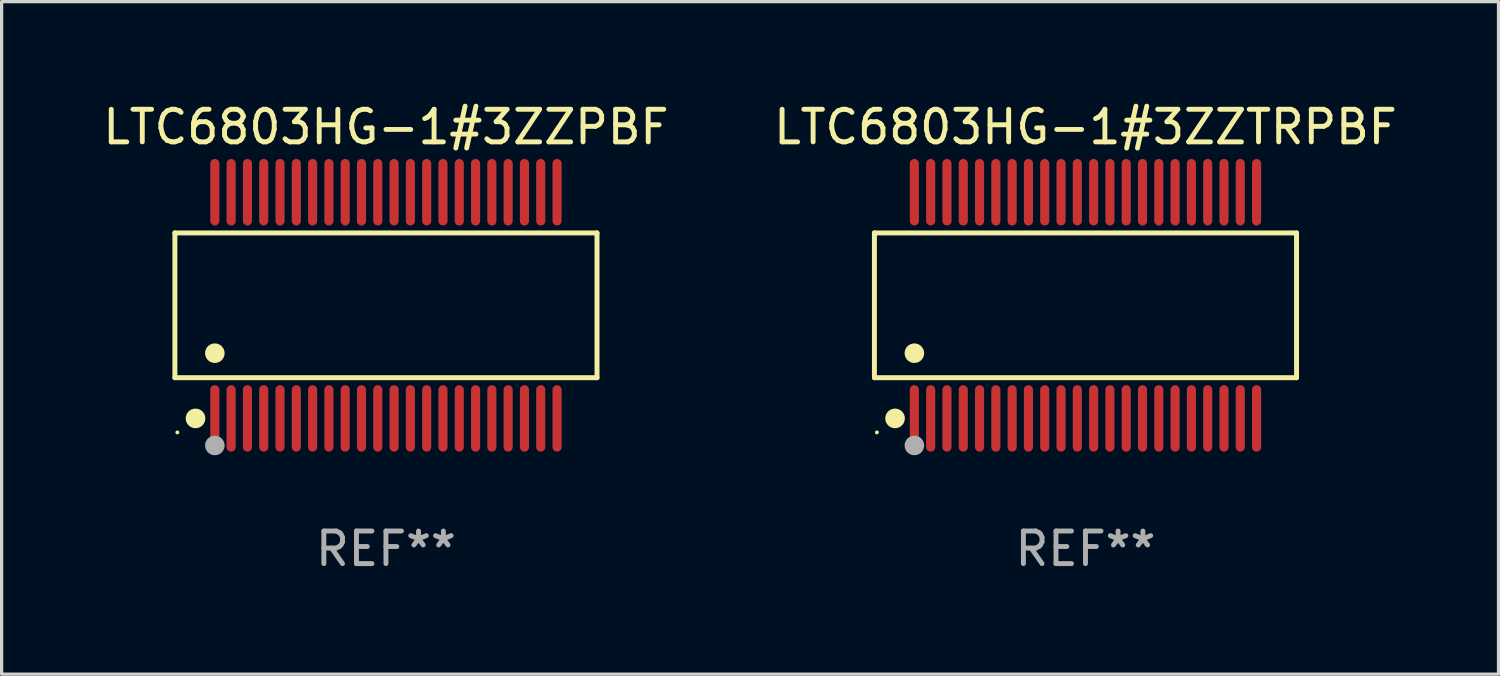
<source format=kicad_pcb>
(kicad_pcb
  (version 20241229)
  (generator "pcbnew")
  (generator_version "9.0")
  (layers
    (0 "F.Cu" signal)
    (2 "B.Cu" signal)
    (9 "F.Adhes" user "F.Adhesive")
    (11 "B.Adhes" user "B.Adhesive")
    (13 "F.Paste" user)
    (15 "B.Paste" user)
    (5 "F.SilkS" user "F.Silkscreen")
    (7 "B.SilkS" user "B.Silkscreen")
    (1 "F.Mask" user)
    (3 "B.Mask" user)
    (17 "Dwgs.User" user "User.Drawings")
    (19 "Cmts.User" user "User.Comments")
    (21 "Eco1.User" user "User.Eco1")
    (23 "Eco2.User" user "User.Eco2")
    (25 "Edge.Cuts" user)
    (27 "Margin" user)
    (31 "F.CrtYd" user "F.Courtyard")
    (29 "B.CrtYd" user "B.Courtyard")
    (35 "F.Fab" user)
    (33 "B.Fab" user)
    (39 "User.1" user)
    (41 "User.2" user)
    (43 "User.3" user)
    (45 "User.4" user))
  (footprint "LTC6803HG-1#3ZZTRPBF"
    (layer "F.Cu")
    (at 30.256 6.318)
    (property "Reference" "LTC6803HG-1#3ZZTRPBF" (at 0 -5.47 0) (layer "F.SilkS") (effects (font (size 1 1) (thickness 0.15))))
    (attr through_hole)
    (fp_line (start -6.476 -2.221) (end 6.476 -2.221) (stroke (width 0.152) (type solid)) (layer "F.SilkS"))
    (fp_line (start -6.476 2.221) (end -6.476 -2.221) (stroke (width 0.152) (type solid)) (layer "F.SilkS"))
    (fp_line (start 6.476 -2.221) (end 6.476 2.221) (stroke (width 0.152) (type solid)) (layer "F.SilkS"))
    (fp_line (start 6.476 2.221) (end -6.476 2.221) (stroke (width 0.152) (type solid)) (layer "F.SilkS"))
    (fp_circle (center -6.4 3.9) (end -6.37 3.9) (stroke (width 0.06) (type solid)) (fill no) (layer "F.SilkS"))
    (fp_circle (center -5.843 3.47) (end -5.692 3.47) (stroke (width 0.3) (type solid)) (fill no) (layer "F.SilkS"))
    (fp_circle (center -5.25 1.469) (end -5.1 1.469) (stroke (width 0.3) (type solid)) (fill no) (layer "F.SilkS"))
    (fp_circle (center -5.25 4.3) (end -5.1 4.3) (stroke (width 0.3) (type solid)) (fill no) (layer "F.Fab"))
    (fp_text user "REF**" (at 0 7.47 0) (layer "F.Fab") (effects (font (size 1 1) (thickness 0.15))))
    (pad "1" smd oval (at -5.25 3.47) (size 0.28 2.04) (layers "F.Cu" "F.Mask" "F.Paste"))
    (pad "2" smd oval (at -4.75 3.47) (size 0.28 2.04) (layers "F.Cu" "F.Mask" "F.Paste"))
    (pad "3" smd oval (at -4.25 3.47) (size 0.28 2.04) (layers "F.Cu" "F.Mask" "F.Paste"))
    (pad "4" smd oval (at -3.75 3.47) (size 0.28 2.04) (layers "F.Cu" "F.Mask" "F.Paste"))
    (pad "5" smd oval (at -3.25 3.47) (size 0.28 2.04) (layers "F.Cu" "F.Mask" "F.Paste"))
    (pad "6" smd oval (at -2.75 3.47) (size 0.28 2.04) (layers "F.Cu" "F.Mask" "F.Paste"))
    (pad "7" smd oval (at -2.25 3.47) (size 0.28 2.04) (layers "F.Cu" "F.Mask" "F.Paste"))
    (pad "8" smd oval (at -1.75 3.47) (size 0.28 2.04) (layers "F.Cu" "F.Mask" "F.Paste"))
    (pad "9" smd oval (at -1.25 3.47) (size 0.28 2.04) (layers "F.Cu" "F.Mask" "F.Paste"))
    (pad "10" smd oval (at -0.75 3.47) (size 0.28 2.04) (layers "F.Cu" "F.Mask" "F.Paste"))
    (pad "11" smd oval (at -0.25 3.47) (size 0.28 2.04) (layers "F.Cu" "F.Mask" "F.Paste"))
    (pad "12" smd oval (at 0.25 3.47) (size 0.28 2.04) (layers "F.Cu" "F.Mask" "F.Paste"))
    (pad "13" smd oval (at 0.75 3.47) (size 0.28 2.04) (layers "F.Cu" "F.Mask" "F.Paste"))
    (pad "14" smd oval (at 1.25 3.47) (size 0.28 2.04) (layers "F.Cu" "F.Mask" "F.Paste"))
    (pad "15" smd oval (at 1.75 3.47) (size 0.28 2.04) (layers "F.Cu" "F.Mask" "F.Paste"))
    (pad "16" smd oval (at 2.25 3.47) (size 0.28 2.04) (layers "F.Cu" "F.Mask" "F.Paste"))
    (pad "17" smd oval (at 2.75 3.47) (size 0.28 2.04) (layers "F.Cu" "F.Mask" "F.Paste"))
    (pad "18" smd oval (at 3.25 3.47) (size 0.28 2.04) (layers "F.Cu" "F.Mask" "F.Paste"))
    (pad "19" smd oval (at 3.75 3.47) (size 0.28 2.04) (layers "F.Cu" "F.Mask" "F.Paste"))
    (pad "20" smd oval (at 4.25 3.47) (size 0.28 2.04) (layers "F.Cu" "F.Mask" "F.Paste"))
    (pad "21" smd oval (at 4.75 3.47) (size 0.28 2.04) (layers "F.Cu" "F.Mask" "F.Paste"))
    (pad "22" smd oval (at 5.25 3.47) (size 0.28 2.04) (layers "F.Cu" "F.Mask" "F.Paste"))
    (pad "23" smd oval (at 5.25 -3.47) (size 0.28 2.04) (layers "F.Cu" "F.Mask" "F.Paste"))
    (pad "24" smd oval (at 4.75 -3.47) (size 0.28 2.04) (layers "F.Cu" "F.Mask" "F.Paste"))
    (pad "25" smd oval (at 4.25 -3.47) (size 0.28 2.04) (layers "F.Cu" "F.Mask" "F.Paste"))
    (pad "26" smd oval (at 3.75 -3.47) (size 0.28 2.04) (layers "F.Cu" "F.Mask" "F.Paste"))
    (pad "27" smd oval (at 3.25 -3.47) (size 0.28 2.04) (layers "F.Cu" "F.Mask" "F.Paste"))
    (pad "28" smd oval (at 2.75 -3.47) (size 0.28 2.04) (layers "F.Cu" "F.Mask" "F.Paste"))
    (pad "29" smd oval (at 2.25 -3.47) (size 0.28 2.04) (layers "F.Cu" "F.Mask" "F.Paste"))
    (pad "30" smd oval (at 1.75 -3.47) (size 0.28 2.04) (layers "F.Cu" "F.Mask" "F.Paste"))
    (pad "31" smd oval (at 1.25 -3.47) (size 0.28 2.04) (layers "F.Cu" "F.Mask" "F.Paste"))
    (pad "32" smd oval (at 0.75 -3.47) (size 0.28 2.04) (layers "F.Cu" "F.Mask" "F.Paste"))
    (pad "33" smd oval (at 0.25 -3.47) (size 0.28 2.04) (layers "F.Cu" "F.Mask" "F.Paste"))
    (pad "34" smd oval (at -0.25 -3.47) (size 0.28 2.04) (layers "F.Cu" "F.Mask" "F.Paste"))
    (pad "35" smd oval (at -0.75 -3.47) (size 0.28 2.04) (layers "F.Cu" "F.Mask" "F.Paste"))
    (pad "36" smd oval (at -1.25 -3.47) (size 0.28 2.04) (layers "F.Cu" "F.Mask" "F.Paste"))
    (pad "37" smd oval (at -1.75 -3.47) (size 0.28 2.04) (layers "F.Cu" "F.Mask" "F.Paste"))
    (pad "38" smd oval (at -2.25 -3.47) (size 0.28 2.04) (layers "F.Cu" "F.Mask" "F.Paste"))
    (pad "39" smd oval (at -2.75 -3.47) (size 0.28 2.04) (layers "F.Cu" "F.Mask" "F.Paste"))
    (pad "40" smd oval (at -3.25 -3.47) (size 0.28 2.04) (layers "F.Cu" "F.Mask" "F.Paste"))
    (pad "41" smd oval (at -3.75 -3.47) (size 0.28 2.04) (layers "F.Cu" "F.Mask" "F.Paste"))
    (pad "42" smd oval (at -4.25 -3.47) (size 0.28 2.04) (layers "F.Cu" "F.Mask" "F.Paste"))
    (pad "43" smd oval (at -4.75 -3.47) (size 0.28 2.04) (layers "F.Cu" "F.Mask" "F.Paste"))
    (pad "44" smd oval (at -5.25 -3.47) (size 0.28 2.04) (layers "F.Cu" "F.Mask" "F.Paste")))
  (footprint "LTC6803HG-1#3ZZPBF"
    (layer "F.Cu")
    (at 8.792 6.318)
    (property "Reference" "LTC6803HG-1#3ZZPBF" (at 0 -5.47 0) (layer "F.SilkS") (effects (font (size 1 1) (thickness 0.15))))
    (attr through_hole)
    (fp_line (start -6.476 -2.221) (end 6.476 -2.221) (stroke (width 0.152) (type solid)) (layer "F.SilkS"))
    (fp_line (start -6.476 2.221) (end -6.476 -2.221) (stroke (width 0.152) (type solid)) (layer "F.SilkS"))
    (fp_line (start 6.476 -2.221) (end 6.476 2.221) (stroke (width 0.152) (type solid)) (layer "F.SilkS"))
    (fp_line (start 6.476 2.221) (end -6.476 2.221) (stroke (width 0.152) (type solid)) (layer "F.SilkS"))
    (fp_circle (center -6.4 3.9) (end -6.37 3.9) (stroke (width 0.06) (type solid)) (fill no) (layer "F.SilkS"))
    (fp_circle (center -5.843 3.47) (end -5.692 3.47) (stroke (width 0.3) (type solid)) (fill no) (layer "F.SilkS"))
    (fp_circle (center -5.25 1.469) (end -5.1 1.469) (stroke (width 0.3) (type solid)) (fill no) (layer "F.SilkS"))
    (fp_circle (center -5.25 4.3) (end -5.1 4.3) (stroke (width 0.3) (type solid)) (fill no) (layer "F.Fab"))
    (fp_text user "REF**" (at 0 7.47 0) (layer "F.Fab") (effects (font (size 1 1) (thickness 0.15))))
    (pad "1" smd oval (at -5.25 3.47) (size 0.28 2.04) (layers "F.Cu" "F.Mask" "F.Paste"))
    (pad "2" smd oval (at -4.75 3.47) (size 0.28 2.04) (layers "F.Cu" "F.Mask" "F.Paste"))
    (pad "3" smd oval (at -4.25 3.47) (size 0.28 2.04) (layers "F.Cu" "F.Mask" "F.Paste"))
    (pad "4" smd oval (at -3.75 3.47) (size 0.28 2.04) (layers "F.Cu" "F.Mask" "F.Paste"))
    (pad "5" smd oval (at -3.25 3.47) (size 0.28 2.04) (layers "F.Cu" "F.Mask" "F.Paste"))
    (pad "6" smd oval (at -2.75 3.47) (size 0.28 2.04) (layers "F.Cu" "F.Mask" "F.Paste"))
    (pad "7" smd oval (at -2.25 3.47) (size 0.28 2.04) (layers "F.Cu" "F.Mask" "F.Paste"))
    (pad "8" smd oval (at -1.75 3.47) (size 0.28 2.04) (layers "F.Cu" "F.Mask" "F.Paste"))
    (pad "9" smd oval (at -1.25 3.47) (size 0.28 2.04) (layers "F.Cu" "F.Mask" "F.Paste"))
    (pad "10" smd oval (at -0.75 3.47) (size 0.28 2.04) (layers "F.Cu" "F.Mask" "F.Paste"))
    (pad "11" smd oval (at -0.25 3.47) (size 0.28 2.04) (layers "F.Cu" "F.Mask" "F.Paste"))
    (pad "12" smd oval (at 0.25 3.47) (size 0.28 2.04) (layers "F.Cu" "F.Mask" "F.Paste"))
    (pad "13" smd oval (at 0.75 3.47) (size 0.28 2.04) (layers "F.Cu" "F.Mask" "F.Paste"))
    (pad "14" smd oval (at 1.25 3.47) (size 0.28 2.04) (layers "F.Cu" "F.Mask" "F.Paste"))
    (pad "15" smd oval (at 1.75 3.47) (size 0.28 2.04) (layers "F.Cu" "F.Mask" "F.Paste"))
    (pad "16" smd oval (at 2.25 3.47) (size 0.28 2.04) (layers "F.Cu" "F.Mask" "F.Paste"))
    (pad "17" smd oval (at 2.75 3.47) (size 0.28 2.04) (layers "F.Cu" "F.Mask" "F.Paste"))
    (pad "18" smd oval (at 3.25 3.47) (size 0.28 2.04) (layers "F.Cu" "F.Mask" "F.Paste"))
    (pad "19" smd oval (at 3.75 3.47) (size 0.28 2.04) (layers "F.Cu" "F.Mask" "F.Paste"))
    (pad "20" smd oval (at 4.25 3.47) (size 0.28 2.04) (layers "F.Cu" "F.Mask" "F.Paste"))
    (pad "21" smd oval (at 4.75 3.47) (size 0.28 2.04) (layers "F.Cu" "F.Mask" "F.Paste"))
    (pad "22" smd oval (at 5.25 3.47) (size 0.28 2.04) (layers "F.Cu" "F.Mask" "F.Paste"))
    (pad "23" smd oval (at 5.25 -3.47) (size 0.28 2.04) (layers "F.Cu" "F.Mask" "F.Paste"))
    (pad "24" smd oval (at 4.75 -3.47) (size 0.28 2.04) (layers "F.Cu" "F.Mask" "F.Paste"))
    (pad "25" smd oval (at 4.25 -3.47) (size 0.28 2.04) (layers "F.Cu" "F.Mask" "F.Paste"))
    (pad "26" smd oval (at 3.75 -3.47) (size 0.28 2.04) (layers "F.Cu" "F.Mask" "F.Paste"))
    (pad "27" smd oval (at 3.25 -3.47) (size 0.28 2.04) (layers "F.Cu" "F.Mask" "F.Paste"))
    (pad "28" smd oval (at 2.75 -3.47) (size 0.28 2.04) (layers "F.Cu" "F.Mask" "F.Paste"))
    (pad "29" smd oval (at 2.25 -3.47) (size 0.28 2.04) (layers "F.Cu" "F.Mask" "F.Paste"))
    (pad "30" smd oval (at 1.75 -3.47) (size 0.28 2.04) (layers "F.Cu" "F.Mask" "F.Paste"))
    (pad "31" smd oval (at 1.25 -3.47) (size 0.28 2.04) (layers "F.Cu" "F.Mask" "F.Paste"))
    (pad "32" smd oval (at 0.75 -3.47) (size 0.28 2.04) (layers "F.Cu" "F.Mask" "F.Paste"))
    (pad "33" smd oval (at 0.25 -3.47) (size 0.28 2.04) (layers "F.Cu" "F.Mask" "F.Paste"))
    (pad "34" smd oval (at -0.25 -3.47) (size 0.28 2.04) (layers "F.Cu" "F.Mask" "F.Paste"))
    (pad "35" smd oval (at -0.75 -3.47) (size 0.28 2.04) (layers "F.Cu" "F.Mask" "F.Paste"))
    (pad "36" smd oval (at -1.25 -3.47) (size 0.28 2.04) (layers "F.Cu" "F.Mask" "F.Paste"))
    (pad "37" smd oval (at -1.75 -3.47) (size 0.28 2.04) (layers "F.Cu" "F.Mask" "F.Paste"))
    (pad "38" smd oval (at -2.25 -3.47) (size 0.28 2.04) (layers "F.Cu" "F.Mask" "F.Paste"))
    (pad "39" smd oval (at -2.75 -3.47) (size 0.28 2.04) (layers "F.Cu" "F.Mask" "F.Paste"))
    (pad "40" smd oval (at -3.25 -3.47) (size 0.28 2.04) (layers "F.Cu" "F.Mask" "F.Paste"))
    (pad "41" smd oval (at -3.75 -3.47) (size 0.28 2.04) (layers "F.Cu" "F.Mask" "F.Paste"))
    (pad "42" smd oval (at -4.25 -3.47) (size 0.28 2.04) (layers "F.Cu" "F.Mask" "F.Paste"))
    (pad "43" smd oval (at -4.75 -3.47) (size 0.28 2.04) (layers "F.Cu" "F.Mask" "F.Paste"))
    (pad "44" smd oval (at -5.25 -3.47) (size 0.28 2.04) (layers "F.Cu" "F.Mask" "F.Paste")))
  (gr_rect
    (start -3 -3)
    (end 42.929 17.636)
    (stroke (width 0.1) (type default))
    (fill no)
    (layer "Edge.Cuts")))
</source>
